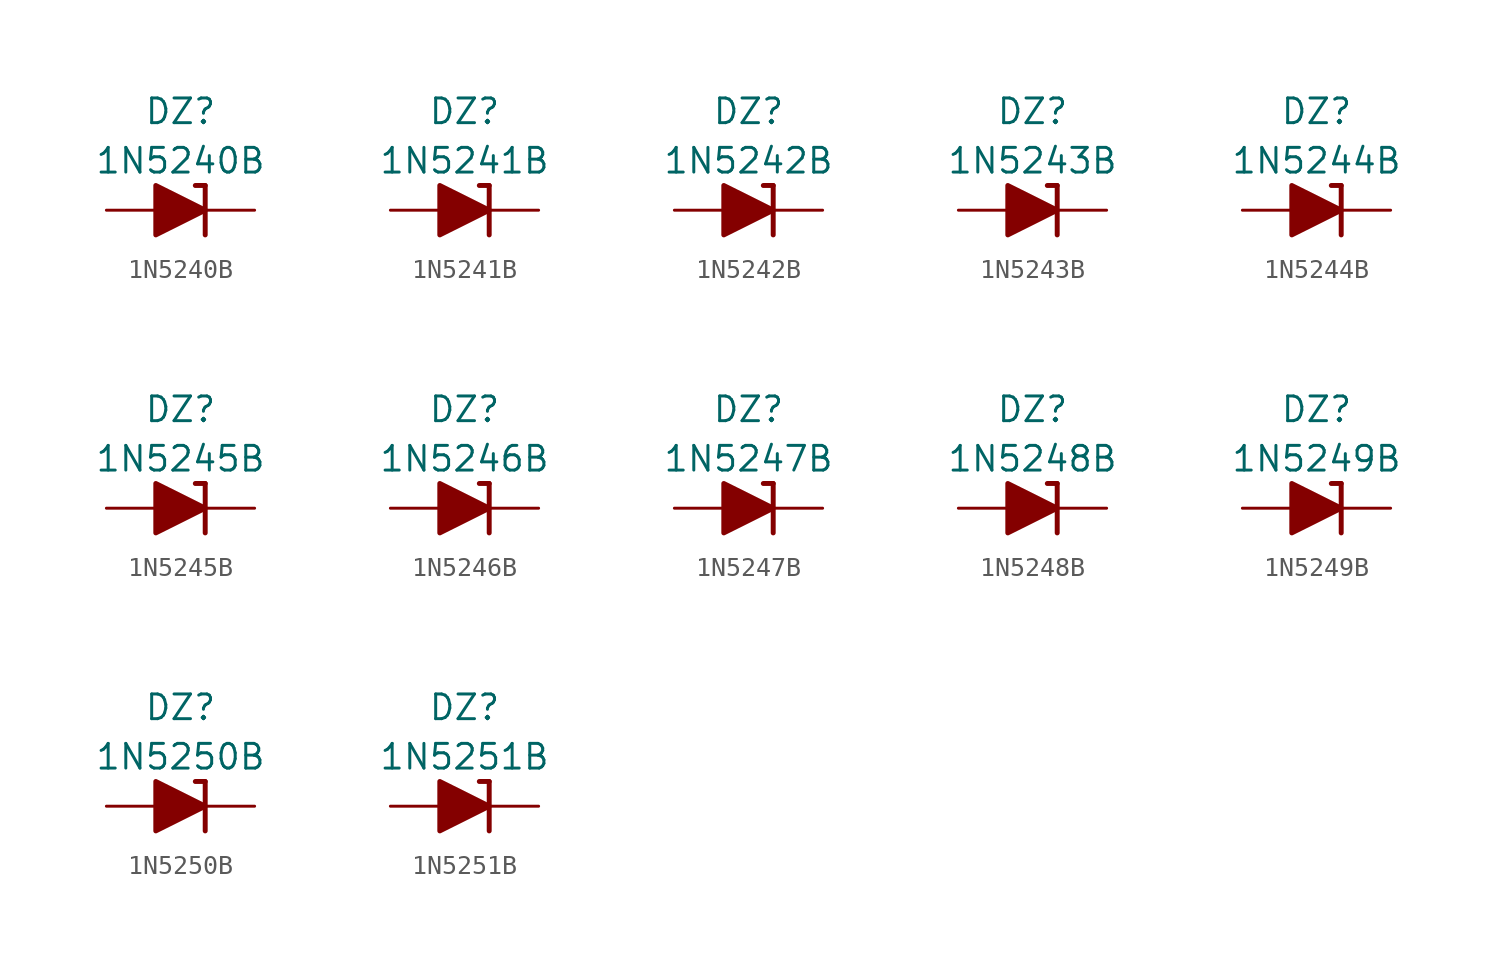
<source format=kicad_sym>
(kicad_symbol_lib
  (version 20201005)
  (generator kicad_symbol_editor)
  (symbol "Diode_Zener_AKL:1N5240B"
    (pin_numbers hide)
    (pin_names
      (offset 1.016) hide)
    (property "Reference" "DZ"
      (at 0 5.08 0)
      (effects (font (size 1.27 1.27))))
    (property "Value" "1N5240B"
      (at 0 2.54 0)
      (effects (font (size 1.27 1.27))))
    (symbol "1N5240B_0_1"
      (polyline (pts (xy -1.27 0) (xy 1.27 0)) (stroke (width 0)) (fill (type none)))
      (polyline (pts (xy 1.27 1.27) (xy 0.762 1.27)) (stroke (width 0.254)) (fill (type none)))
      (polyline (pts (xy 1.27 1.27) (xy 1.27 -1.27)) (stroke (width 0.254)) (fill (type none)))
      (polyline (pts (xy -1.27 -1.27) (xy -1.27 1.27) (xy 1.27 0) (xy -1.27 -1.27)) (stroke (width 0.254)) (fill (type outline))))
    (symbol "1N5240B_1_1"
      (pin passive line (at 3.81 0 180) (length 2.54) (name "K" (effects (font (size 1.27 1.27)))) (number "1" (effects (font (size 1.27 1.27)))))
      (pin passive line (at -3.81 0 0) (length 2.54) (name "A" (effects (font (size 1.27 1.27)))) (number "2" (effects (font (size 1.27 1.27)))))))
  (symbol "Diode_Zener_AKL:1N5241B"
    (pin_numbers hide)
    (pin_names
      (offset 1.016) hide)
    (property "Reference" "DZ"
      (at 0 5.08 0)
      (effects (font (size 1.27 1.27))))
    (property "Value" "1N5241B"
      (at 0 2.54 0)
      (effects (font (size 1.27 1.27))))
    (symbol "1N5241B_0_1"
      (polyline (pts (xy -1.27 0) (xy 1.27 0)) (stroke (width 0)) (fill (type none)))
      (polyline (pts (xy 1.27 1.27) (xy 0.762 1.27)) (stroke (width 0.254)) (fill (type none)))
      (polyline (pts (xy 1.27 1.27) (xy 1.27 -1.27)) (stroke (width 0.254)) (fill (type none)))
      (polyline (pts (xy -1.27 -1.27) (xy -1.27 1.27) (xy 1.27 0) (xy -1.27 -1.27)) (stroke (width 0.254)) (fill (type outline))))
    (symbol "1N5241B_1_1"
      (pin passive line (at 3.81 0 180) (length 2.54) (name "K" (effects (font (size 1.27 1.27)))) (number "1" (effects (font (size 1.27 1.27)))))
      (pin passive line (at -3.81 0 0) (length 2.54) (name "A" (effects (font (size 1.27 1.27)))) (number "2" (effects (font (size 1.27 1.27)))))))
  (symbol "Diode_Zener_AKL:1N5242B"
    (pin_numbers hide)
    (pin_names
      (offset 1.016) hide)
    (property "Reference" "DZ"
      (at 0 5.08 0)
      (effects (font (size 1.27 1.27))))
    (property "Value" "1N5242B"
      (at 0 2.54 0)
      (effects (font (size 1.27 1.27))))
    (symbol "1N5242B_0_1"
      (polyline (pts (xy -1.27 0) (xy 1.27 0)) (stroke (width 0)) (fill (type none)))
      (polyline (pts (xy 1.27 1.27) (xy 0.762 1.27)) (stroke (width 0.254)) (fill (type none)))
      (polyline (pts (xy 1.27 1.27) (xy 1.27 -1.27)) (stroke (width 0.254)) (fill (type none)))
      (polyline (pts (xy -1.27 -1.27) (xy -1.27 1.27) (xy 1.27 0) (xy -1.27 -1.27)) (stroke (width 0.254)) (fill (type outline))))
    (symbol "1N5242B_1_1"
      (pin passive line (at 3.81 0 180) (length 2.54) (name "K" (effects (font (size 1.27 1.27)))) (number "1" (effects (font (size 1.27 1.27)))))
      (pin passive line (at -3.81 0 0) (length 2.54) (name "A" (effects (font (size 1.27 1.27)))) (number "2" (effects (font (size 1.27 1.27)))))))
  (symbol "Diode_Zener_AKL:1N5243B"
    (pin_numbers hide)
    (pin_names
      (offset 1.016) hide)
    (property "Reference" "DZ"
      (at 0 5.08 0)
      (effects (font (size 1.27 1.27))))
    (property "Value" "1N5243B"
      (at 0 2.54 0)
      (effects (font (size 1.27 1.27))))
    (symbol "1N5243B_0_1"
      (polyline (pts (xy -1.27 0) (xy 1.27 0)) (stroke (width 0)) (fill (type none)))
      (polyline (pts (xy 1.27 1.27) (xy 0.762 1.27)) (stroke (width 0.254)) (fill (type none)))
      (polyline (pts (xy 1.27 1.27) (xy 1.27 -1.27)) (stroke (width 0.254)) (fill (type none)))
      (polyline (pts (xy -1.27 -1.27) (xy -1.27 1.27) (xy 1.27 0) (xy -1.27 -1.27)) (stroke (width 0.254)) (fill (type outline))))
    (symbol "1N5243B_1_1"
      (pin passive line (at 3.81 0 180) (length 2.54) (name "K" (effects (font (size 1.27 1.27)))) (number "1" (effects (font (size 1.27 1.27)))))
      (pin passive line (at -3.81 0 0) (length 2.54) (name "A" (effects (font (size 1.27 1.27)))) (number "2" (effects (font (size 1.27 1.27)))))))
  (symbol "Diode_Zener_AKL:1N5244B"
    (pin_numbers hide)
    (pin_names
      (offset 1.016) hide)
    (property "Reference" "DZ"
      (at 0 5.08 0)
      (effects (font (size 1.27 1.27))))
    (property "Value" "1N5244B"
      (at 0 2.54 0)
      (effects (font (size 1.27 1.27))))
    (symbol "1N5244B_0_1"
      (polyline (pts (xy -1.27 0) (xy 1.27 0)) (stroke (width 0)) (fill (type none)))
      (polyline (pts (xy 1.27 1.27) (xy 0.762 1.27)) (stroke (width 0.254)) (fill (type none)))
      (polyline (pts (xy 1.27 1.27) (xy 1.27 -1.27)) (stroke (width 0.254)) (fill (type none)))
      (polyline (pts (xy -1.27 -1.27) (xy -1.27 1.27) (xy 1.27 0) (xy -1.27 -1.27)) (stroke (width 0.254)) (fill (type outline))))
    (symbol "1N5244B_1_1"
      (pin passive line (at 3.81 0 180) (length 2.54) (name "K" (effects (font (size 1.27 1.27)))) (number "1" (effects (font (size 1.27 1.27)))))
      (pin passive line (at -3.81 0 0) (length 2.54) (name "A" (effects (font (size 1.27 1.27)))) (number "2" (effects (font (size 1.27 1.27)))))))
  (symbol "Diode_Zener_AKL:1N5245B"
    (pin_numbers hide)
    (pin_names
      (offset 1.016) hide)
    (property "Reference" "DZ"
      (at 0 5.08 0)
      (effects (font (size 1.27 1.27))))
    (property "Value" "1N5245B"
      (at 0 2.54 0)
      (effects (font (size 1.27 1.27))))
    (symbol "1N5245B_0_1"
      (polyline (pts (xy -1.27 0) (xy 1.27 0)) (stroke (width 0)) (fill (type none)))
      (polyline (pts (xy 1.27 1.27) (xy 0.762 1.27)) (stroke (width 0.254)) (fill (type none)))
      (polyline (pts (xy 1.27 1.27) (xy 1.27 -1.27)) (stroke (width 0.254)) (fill (type none)))
      (polyline (pts (xy -1.27 -1.27) (xy -1.27 1.27) (xy 1.27 0) (xy -1.27 -1.27)) (stroke (width 0.254)) (fill (type outline))))
    (symbol "1N5245B_1_1"
      (pin passive line (at 3.81 0 180) (length 2.54) (name "K" (effects (font (size 1.27 1.27)))) (number "1" (effects (font (size 1.27 1.27)))))
      (pin passive line (at -3.81 0 0) (length 2.54) (name "A" (effects (font (size 1.27 1.27)))) (number "2" (effects (font (size 1.27 1.27)))))))
  (symbol "Diode_Zener_AKL:1N5246B"
    (pin_numbers hide)
    (pin_names
      (offset 1.016) hide)
    (property "Reference" "DZ"
      (at 0 5.08 0)
      (effects (font (size 1.27 1.27))))
    (property "Value" "1N5246B"
      (at 0 2.54 0)
      (effects (font (size 1.27 1.27))))
    (symbol "1N5246B_0_1"
      (polyline (pts (xy -1.27 0) (xy 1.27 0)) (stroke (width 0)) (fill (type none)))
      (polyline (pts (xy 1.27 1.27) (xy 0.762 1.27)) (stroke (width 0.254)) (fill (type none)))
      (polyline (pts (xy 1.27 1.27) (xy 1.27 -1.27)) (stroke (width 0.254)) (fill (type none)))
      (polyline (pts (xy -1.27 -1.27) (xy -1.27 1.27) (xy 1.27 0) (xy -1.27 -1.27)) (stroke (width 0.254)) (fill (type outline))))
    (symbol "1N5246B_1_1"
      (pin passive line (at 3.81 0 180) (length 2.54) (name "K" (effects (font (size 1.27 1.27)))) (number "1" (effects (font (size 1.27 1.27)))))
      (pin passive line (at -3.81 0 0) (length 2.54) (name "A" (effects (font (size 1.27 1.27)))) (number "2" (effects (font (size 1.27 1.27)))))))
  (symbol "Diode_Zener_AKL:1N5247B"
    (pin_numbers hide)
    (pin_names
      (offset 1.016) hide)
    (property "Reference" "DZ"
      (at 0 5.08 0)
      (effects (font (size 1.27 1.27))))
    (property "Value" "1N5247B"
      (at 0 2.54 0)
      (effects (font (size 1.27 1.27))))
    (symbol "1N5247B_0_1"
      (polyline (pts (xy -1.27 0) (xy 1.27 0)) (stroke (width 0)) (fill (type none)))
      (polyline (pts (xy 1.27 1.27) (xy 0.762 1.27)) (stroke (width 0.254)) (fill (type none)))
      (polyline (pts (xy 1.27 1.27) (xy 1.27 -1.27)) (stroke (width 0.254)) (fill (type none)))
      (polyline (pts (xy -1.27 -1.27) (xy -1.27 1.27) (xy 1.27 0) (xy -1.27 -1.27)) (stroke (width 0.254)) (fill (type outline))))
    (symbol "1N5247B_1_1"
      (pin passive line (at 3.81 0 180) (length 2.54) (name "K" (effects (font (size 1.27 1.27)))) (number "1" (effects (font (size 1.27 1.27)))))
      (pin passive line (at -3.81 0 0) (length 2.54) (name "A" (effects (font (size 1.27 1.27)))) (number "2" (effects (font (size 1.27 1.27)))))))
  (symbol "Diode_Zener_AKL:1N5248B"
    (pin_numbers hide)
    (pin_names
      (offset 1.016) hide)
    (property "Reference" "DZ"
      (at 0 5.08 0)
      (effects (font (size 1.27 1.27))))
    (property "Value" "1N5248B"
      (at 0 2.54 0)
      (effects (font (size 1.27 1.27))))
    (symbol "1N5248B_0_1"
      (polyline (pts (xy -1.27 0) (xy 1.27 0)) (stroke (width 0)) (fill (type none)))
      (polyline (pts (xy 1.27 1.27) (xy 0.762 1.27)) (stroke (width 0.254)) (fill (type none)))
      (polyline (pts (xy 1.27 1.27) (xy 1.27 -1.27)) (stroke (width 0.254)) (fill (type none)))
      (polyline (pts (xy -1.27 -1.27) (xy -1.27 1.27) (xy 1.27 0) (xy -1.27 -1.27)) (stroke (width 0.254)) (fill (type outline))))
    (symbol "1N5248B_1_1"
      (pin passive line (at 3.81 0 180) (length 2.54) (name "K" (effects (font (size 1.27 1.27)))) (number "1" (effects (font (size 1.27 1.27)))))
      (pin passive line (at -3.81 0 0) (length 2.54) (name "A" (effects (font (size 1.27 1.27)))) (number "2" (effects (font (size 1.27 1.27)))))))
  (symbol "Diode_Zener_AKL:1N5249B"
    (pin_numbers hide)
    (pin_names
      (offset 1.016) hide)
    (property "Reference" "DZ"
      (at 0 5.08 0)
      (effects (font (size 1.27 1.27))))
    (property "Value" "1N5249B"
      (at 0 2.54 0)
      (effects (font (size 1.27 1.27))))
    (symbol "1N5249B_0_1"
      (polyline (pts (xy -1.27 0) (xy 1.27 0)) (stroke (width 0)) (fill (type none)))
      (polyline (pts (xy 1.27 1.27) (xy 0.762 1.27)) (stroke (width 0.254)) (fill (type none)))
      (polyline (pts (xy 1.27 1.27) (xy 1.27 -1.27)) (stroke (width 0.254)) (fill (type none)))
      (polyline (pts (xy -1.27 -1.27) (xy -1.27 1.27) (xy 1.27 0) (xy -1.27 -1.27)) (stroke (width 0.254)) (fill (type outline))))
    (symbol "1N5249B_1_1"
      (pin passive line (at 3.81 0 180) (length 2.54) (name "K" (effects (font (size 1.27 1.27)))) (number "1" (effects (font (size 1.27 1.27)))))
      (pin passive line (at -3.81 0 0) (length 2.54) (name "A" (effects (font (size 1.27 1.27)))) (number "2" (effects (font (size 1.27 1.27)))))))
  (symbol "Diode_Zener_AKL:1N5250B"
    (pin_numbers hide)
    (pin_names
      (offset 1.016) hide)
    (property "Reference" "DZ"
      (at 0 5.08 0)
      (effects (font (size 1.27 1.27))))
    (property "Value" "1N5250B"
      (at 0 2.54 0)
      (effects (font (size 1.27 1.27))))
    (symbol "1N5250B_0_1"
      (polyline (pts (xy -1.27 0) (xy 1.27 0)) (stroke (width 0)) (fill (type none)))
      (polyline (pts (xy 1.27 1.27) (xy 0.762 1.27)) (stroke (width 0.254)) (fill (type none)))
      (polyline (pts (xy 1.27 1.27) (xy 1.27 -1.27)) (stroke (width 0.254)) (fill (type none)))
      (polyline (pts (xy -1.27 -1.27) (xy -1.27 1.27) (xy 1.27 0) (xy -1.27 -1.27)) (stroke (width 0.254)) (fill (type outline))))
    (symbol "1N5250B_1_1"
      (pin passive line (at 3.81 0 180) (length 2.54) (name "K" (effects (font (size 1.27 1.27)))) (number "1" (effects (font (size 1.27 1.27)))))
      (pin passive line (at -3.81 0 0) (length 2.54) (name "A" (effects (font (size 1.27 1.27)))) (number "2" (effects (font (size 1.27 1.27)))))))
  (symbol "Diode_Zener_AKL:1N5251B"
    (pin_numbers hide)
    (pin_names
      (offset 1.016) hide)
    (property "Reference" "DZ"
      (at 0 5.08 0)
      (effects (font (size 1.27 1.27))))
    (property "Value" "1N5251B"
      (at 0 2.54 0)
      (effects (font (size 1.27 1.27))))
    (symbol "1N5251B_0_1"
      (polyline (pts (xy -1.27 0) (xy 1.27 0)) (stroke (width 0)) (fill (type none)))
      (polyline (pts (xy 1.27 1.27) (xy 0.762 1.27)) (stroke (width 0.254)) (fill (type none)))
      (polyline (pts (xy 1.27 1.27) (xy 1.27 -1.27)) (stroke (width 0.254)) (fill (type none)))
      (polyline (pts (xy -1.27 -1.27) (xy -1.27 1.27) (xy 1.27 0) (xy -1.27 -1.27)) (stroke (width 0.254)) (fill (type outline))))
    (symbol "1N5251B_1_1"
      (pin passive line (at 3.81 0 180) (length 2.54) (name "K" (effects (font (size 1.27 1.27)))) (number "1" (effects (font (size 1.27 1.27)))))
      (pin passive line (at -3.81 0 0) (length 2.54) (name "A" (effects (font (size 1.27 1.27)))) (number "2" (effects (font (size 1.27 1.27))))))))
</source>
